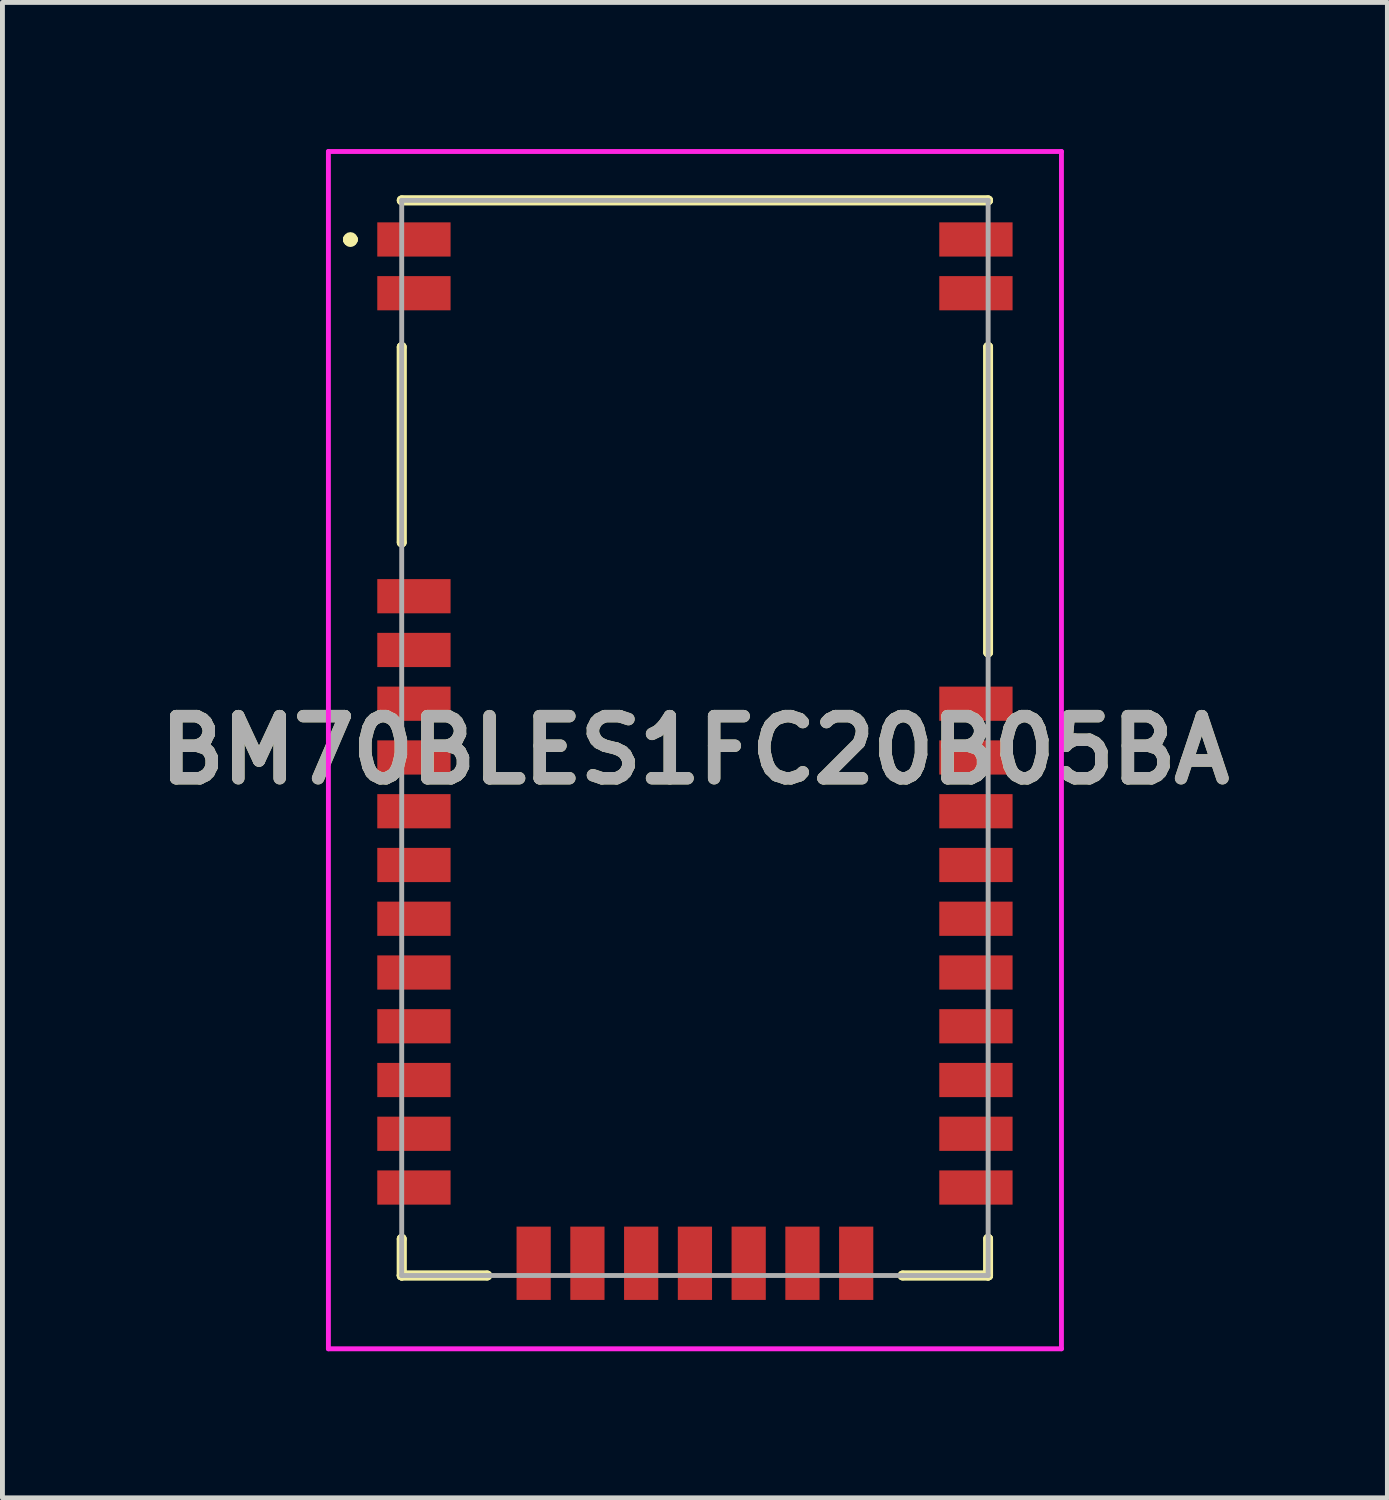
<source format=kicad_pcb>
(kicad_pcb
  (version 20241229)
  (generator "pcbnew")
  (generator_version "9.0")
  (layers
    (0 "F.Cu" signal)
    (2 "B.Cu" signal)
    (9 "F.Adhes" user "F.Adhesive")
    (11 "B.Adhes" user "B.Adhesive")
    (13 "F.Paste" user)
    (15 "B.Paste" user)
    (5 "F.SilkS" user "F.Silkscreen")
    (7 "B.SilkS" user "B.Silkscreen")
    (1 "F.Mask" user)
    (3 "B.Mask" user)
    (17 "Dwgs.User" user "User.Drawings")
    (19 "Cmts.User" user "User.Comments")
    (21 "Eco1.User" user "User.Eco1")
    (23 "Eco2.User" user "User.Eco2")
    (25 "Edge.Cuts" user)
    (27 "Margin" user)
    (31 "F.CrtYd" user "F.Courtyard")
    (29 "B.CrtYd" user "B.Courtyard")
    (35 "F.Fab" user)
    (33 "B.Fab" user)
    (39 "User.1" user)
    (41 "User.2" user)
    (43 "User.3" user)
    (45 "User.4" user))
  (footprint "BM70BLES1FC20B05BA"
    (layer "F.Cu")
    (at 5.42 1.85)
    (property "Reference" "BM70BLES1FC20B05BA" (at 5.75 10.45 0) (layer "F.SilkS") (effects (font (size 1.27 1.27) (thickness 0.254))))
    (attr smd)
    (fp_line (start -1.35 0) (end -1.35 0) (stroke (width 0.2) (type solid)) (layer "F.SilkS"))
    (fp_line (start -1.35 0) (end -1.35 0) (stroke (width 0.2) (type solid)) (layer "F.SilkS"))
    (fp_line (start -1.25 0) (end -1.25 0) (stroke (width 0.2) (type solid)) (layer "F.SilkS"))
    (fp_line (start -0.25 -0.8) (end -0.25 -0.8) (stroke (width 0.2) (type solid)) (layer "F.SilkS"))
    (fp_line (start -0.25 -0.8) (end 11.75 -0.8) (stroke (width 0.2) (type solid)) (layer "F.SilkS"))
    (fp_line (start -0.25 2.2) (end -0.25 2.2) (stroke (width 0.2) (type solid)) (layer "F.SilkS"))
    (fp_line (start -0.25 2.2) (end -0.25 6.2) (stroke (width 0.2) (type solid)) (layer "F.SilkS"))
    (fp_line (start -0.25 6.2) (end -0.25 2.2) (stroke (width 0.2) (type solid)) (layer "F.SilkS"))
    (fp_line (start -0.25 6.2) (end -0.25 6.2) (stroke (width 0.2) (type solid)) (layer "F.SilkS"))
    (fp_line (start -0.25 20.45) (end -0.25 20.45) (stroke (width 0.2) (type solid)) (layer "F.SilkS"))
    (fp_line (start -0.25 20.45) (end -0.25 21.2) (stroke (width 0.2) (type solid)) (layer "F.SilkS"))
    (fp_line (start -0.25 21.2) (end -0.25 20.45) (stroke (width 0.2) (type solid)) (layer "F.SilkS"))
    (fp_line (start -0.25 21.2) (end -0.25 21.2) (stroke (width 0.2) (type solid)) (layer "F.SilkS"))
    (fp_line (start -0.25 21.2) (end -0.25 21.2) (stroke (width 0.2) (type solid)) (layer "F.SilkS"))
    (fp_line (start -0.25 21.2) (end 1.5 21.2) (stroke (width 0.2) (type solid)) (layer "F.SilkS"))
    (fp_line (start 1.5 21.2) (end -0.25 21.2) (stroke (width 0.2) (type solid)) (layer "F.SilkS"))
    (fp_line (start 1.5 21.2) (end 1.5 21.2) (stroke (width 0.2) (type solid)) (layer "F.SilkS"))
    (fp_line (start 10 21.2) (end 10 21.2) (stroke (width 0.2) (type solid)) (layer "F.SilkS"))
    (fp_line (start 10 21.2) (end 11.75 21.2) (stroke (width 0.2) (type solid)) (layer "F.SilkS"))
    (fp_line (start 11.75 -0.8) (end -0.25 -0.8) (stroke (width 0.2) (type solid)) (layer "F.SilkS"))
    (fp_line (start 11.75 -0.8) (end 11.75 -0.8) (stroke (width 0.2) (type solid)) (layer "F.SilkS"))
    (fp_line (start 11.75 2.2) (end 11.75 2.2) (stroke (width 0.2) (type solid)) (layer "F.SilkS"))
    (fp_line (start 11.75 2.2) (end 11.75 8.45) (stroke (width 0.2) (type solid)) (layer "F.SilkS"))
    (fp_line (start 11.75 8.45) (end 11.75 2.2) (stroke (width 0.2) (type solid)) (layer "F.SilkS"))
    (fp_line (start 11.75 8.45) (end 11.75 8.45) (stroke (width 0.2) (type solid)) (layer "F.SilkS"))
    (fp_line (start 11.75 20.45) (end 11.75 20.45) (stroke (width 0.2) (type solid)) (layer "F.SilkS"))
    (fp_line (start 11.75 20.45) (end 11.75 21.2) (stroke (width 0.2) (type solid)) (layer "F.SilkS"))
    (fp_line (start 11.75 21.2) (end 10 21.2) (stroke (width 0.2) (type solid)) (layer "F.SilkS"))
    (fp_line (start 11.75 21.2) (end 11.75 20.45) (stroke (width 0.2) (type solid)) (layer "F.SilkS"))
    (fp_line (start 11.75 21.2) (end 11.75 21.2) (stroke (width 0.2) (type solid)) (layer "F.SilkS"))
    (fp_line (start 11.75 21.2) (end 11.75 21.2) (stroke (width 0.2) (type solid)) (layer "F.SilkS"))
    (fp_arc (start -1.35 0) (mid -1.3 -0.05) (end -1.25 0) (stroke (width 0.2) (type solid)) (layer "F.SilkS"))
    (fp_arc (start -1.25 0) (mid -1.3 0.05) (end -1.35 0) (stroke (width 0.2) (type solid)) (layer "F.SilkS"))
    (fp_arc (start -1.25 0) (mid -1.3 0.05) (end -1.35 0) (stroke (width 0.2) (type solid)) (layer "F.SilkS"))
    (fp_line (start -1.75 -1.8) (end 13.25 -1.8) (stroke (width 0.1) (type solid)) (layer "F.CrtYd"))
    (fp_line (start -1.75 22.7) (end -1.75 -1.8) (stroke (width 0.1) (type solid)) (layer "F.CrtYd"))
    (fp_line (start 13.25 -1.8) (end 13.25 22.7) (stroke (width 0.1) (type solid)) (layer "F.CrtYd"))
    (fp_line (start 13.25 22.7) (end -1.75 22.7) (stroke (width 0.1) (type solid)) (layer "F.CrtYd"))
    (fp_line (start -0.25 -0.8) (end -0.25 21.2) (stroke (width 0.1) (type solid)) (layer "F.Fab"))
    (fp_line (start -0.25 21.2) (end 11.75 21.2) (stroke (width 0.1) (type solid)) (layer "F.Fab"))
    (fp_line (start 11.75 -0.8) (end -0.25 -0.8) (stroke (width 0.1) (type solid)) (layer "F.Fab"))
    (fp_line (start 11.75 21.2) (end 11.75 -0.8) (stroke (width 0.1) (type solid)) (layer "F.Fab"))
    (fp_text user "${REFERENCE}" (at 5.75 10.45 0) (layer "F.Fab") (effects (font (size 1.27 1.27) (thickness 0.254))))
    (pad "1" smd rect (at 0 0 90) (size 0.7 1.5) (layers "F.Cu" "F.Mask" "F.Paste"))
    (pad "2" smd rect (at 0 1.1 90) (size 0.7 1.5) (layers "F.Cu" "F.Mask" "F.Paste"))
    (pad "3" smd rect (at 0 7.3 90) (size 0.7 1.5) (layers "F.Cu" "F.Mask" "F.Paste"))
    (pad "4" smd rect (at 0 8.4 90) (size 0.7 1.5) (layers "F.Cu" "F.Mask" "F.Paste"))
    (pad "5" smd rect (at 0 9.5 90) (size 0.7 1.5) (layers "F.Cu" "F.Mask" "F.Paste"))
    (pad "6" smd rect (at 0 10.6 90) (size 0.7 1.5) (layers "F.Cu" "F.Mask" "F.Paste"))
    (pad "7" smd rect (at 0 11.7 90) (size 0.7 1.5) (layers "F.Cu" "F.Mask" "F.Paste"))
    (pad "8" smd rect (at 0 12.8 90) (size 0.7 1.5) (layers "F.Cu" "F.Mask" "F.Paste"))
    (pad "9" smd rect (at 0 13.9 90) (size 0.7 1.5) (layers "F.Cu" "F.Mask" "F.Paste"))
    (pad "10" smd rect (at 0 15 90) (size 0.7 1.5) (layers "F.Cu" "F.Mask" "F.Paste"))
    (pad "11" smd rect (at 0 16.1 90) (size 0.7 1.5) (layers "F.Cu" "F.Mask" "F.Paste"))
    (pad "12" smd rect (at 0 17.2 90) (size 0.7 1.5) (layers "F.Cu" "F.Mask" "F.Paste"))
    (pad "13" smd rect (at 0 18.3 90) (size 0.7 1.5) (layers "F.Cu" "F.Mask" "F.Paste"))
    (pad "14" smd rect (at 0 19.4 90) (size 0.7 1.5) (layers "F.Cu" "F.Mask" "F.Paste"))
    (pad "15" smd rect (at 2.45 20.95) (size 0.7 1.5) (layers "F.Cu" "F.Mask" "F.Paste"))
    (pad "16" smd rect (at 3.55 20.95) (size 0.7 1.5) (layers "F.Cu" "F.Mask" "F.Paste"))
    (pad "17" smd rect (at 4.65 20.95) (size 0.7 1.5) (layers "F.Cu" "F.Mask" "F.Paste"))
    (pad "18" smd rect (at 5.75 20.95) (size 0.7 1.5) (layers "F.Cu" "F.Mask" "F.Paste"))
    (pad "19" smd rect (at 6.85 20.95) (size 0.7 1.5) (layers "F.Cu" "F.Mask" "F.Paste"))
    (pad "20" smd rect (at 7.95 20.95) (size 0.7 1.5) (layers "F.Cu" "F.Mask" "F.Paste"))
    (pad "21" smd rect (at 9.05 20.95) (size 0.7 1.5) (layers "F.Cu" "F.Mask" "F.Paste"))
    (pad "22" smd rect (at 11.5 19.4 90) (size 0.7 1.5) (layers "F.Cu" "F.Mask" "F.Paste"))
    (pad "23" smd rect (at 11.5 18.3 90) (size 0.7 1.5) (layers "F.Cu" "F.Mask" "F.Paste"))
    (pad "24" smd rect (at 11.5 17.2 90) (size 0.7 1.5) (layers "F.Cu" "F.Mask" "F.Paste"))
    (pad "25" smd rect (at 11.5 16.1 90) (size 0.7 1.5) (layers "F.Cu" "F.Mask" "F.Paste"))
    (pad "26" smd rect (at 11.5 15 90) (size 0.7 1.5) (layers "F.Cu" "F.Mask" "F.Paste"))
    (pad "27" smd rect (at 11.5 13.9 90) (size 0.7 1.5) (layers "F.Cu" "F.Mask" "F.Paste"))
    (pad "28" smd rect (at 11.5 12.8 90) (size 0.7 1.5) (layers "F.Cu" "F.Mask" "F.Paste"))
    (pad "29" smd rect (at 11.5 11.7 90) (size 0.7 1.5) (layers "F.Cu" "F.Mask" "F.Paste"))
    (pad "30" smd rect (at 11.5 10.6 90) (size 0.7 1.5) (layers "F.Cu" "F.Mask" "F.Paste"))
    (pad "31" smd rect (at 11.5 9.5 90) (size 0.7 1.5) (layers "F.Cu" "F.Mask" "F.Paste"))
    (pad "32" smd rect (at 11.5 1.1 90) (size 0.7 1.5) (layers "F.Cu" "F.Mask" "F.Paste"))
    (pad "33" smd rect (at 11.5 0 90) (size 0.7 1.5) (layers "F.Cu" "F.Mask" "F.Paste")))
  (gr_rect
    (start -3 -3)
    (end 25.34 27.6)
    (stroke (width 0.1) (type default))
    (fill no)
    (layer "Edge.Cuts")))
</source>
